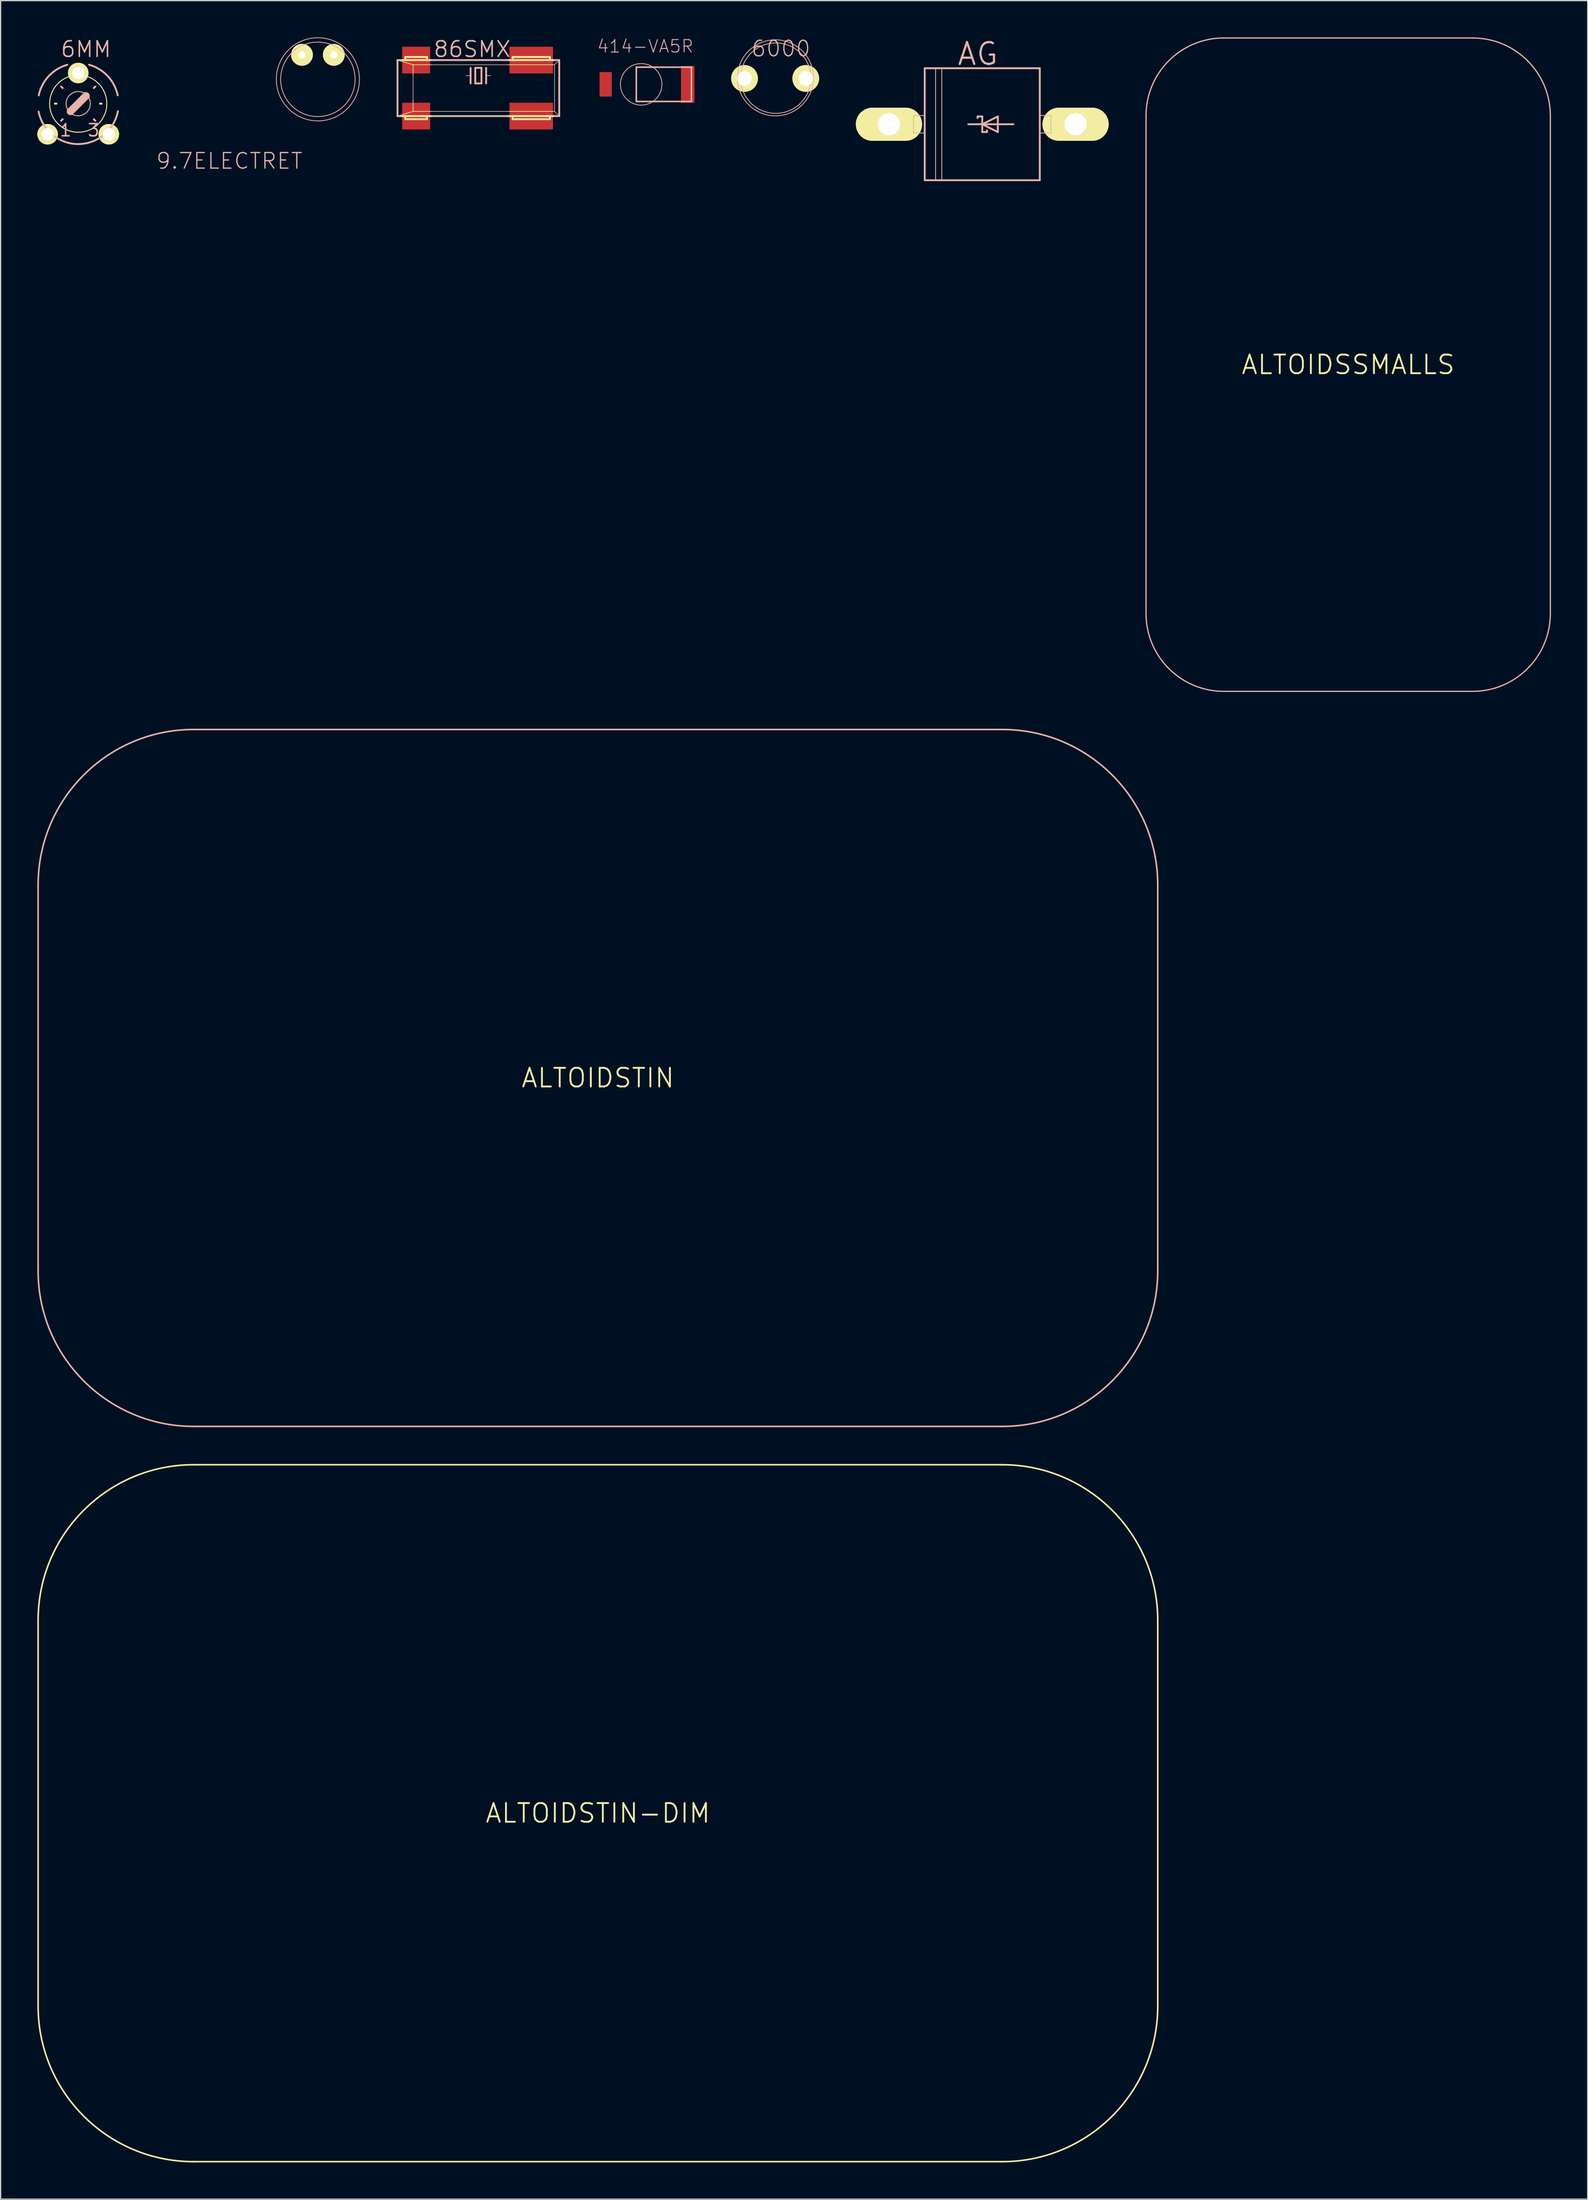
<source format=kicad_pcb>
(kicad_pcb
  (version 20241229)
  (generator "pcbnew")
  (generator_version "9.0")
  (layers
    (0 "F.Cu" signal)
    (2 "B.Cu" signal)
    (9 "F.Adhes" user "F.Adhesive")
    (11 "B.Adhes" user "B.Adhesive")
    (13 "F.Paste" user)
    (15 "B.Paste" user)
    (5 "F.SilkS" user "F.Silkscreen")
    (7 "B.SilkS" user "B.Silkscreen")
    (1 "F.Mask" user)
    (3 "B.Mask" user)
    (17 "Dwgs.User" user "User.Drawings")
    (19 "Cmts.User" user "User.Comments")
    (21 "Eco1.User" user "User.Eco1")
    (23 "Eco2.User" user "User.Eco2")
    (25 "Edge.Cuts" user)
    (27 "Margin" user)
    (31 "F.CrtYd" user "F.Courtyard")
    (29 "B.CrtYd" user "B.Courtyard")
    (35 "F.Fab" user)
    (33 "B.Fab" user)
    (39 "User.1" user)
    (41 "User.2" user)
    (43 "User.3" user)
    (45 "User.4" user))
  (footprint "6MM"
    (layer "F.Cu")
    (at 3.338 5.411)
    (property "Reference" "6MM" (at 0.635 -4.445 0) (layer "B.SilkS") (effects (font (size 1.27 1.27) (thickness 0.127))))
    (attr exclude_from_pos_files exclude_from_bom)
    (fp_line (start -1.905 0) (end -1.778 0) (stroke (width 0.152) (type solid)) (layer "F.SilkS"))
    (fp_line (start 0 -1.778) (end 0 -1.905) (stroke (width 0.152) (type solid)) (layer "F.SilkS"))
    (fp_line (start 1.778 0) (end 1.905 0) (stroke (width 0.152) (type solid)) (layer "F.SilkS"))
    (fp_circle (center 0 0) (end -1.651 1.651) (stroke (width 0.076) (type solid)) (fill no) (layer "F.SilkS"))
    (fp_line (start -1.27 -1.27) (end -1.397 -1.397) (stroke (width 0.152) (type solid)) (layer "B.SilkS"))
    (fp_line (start -1.27 1.27) (end -1.397 1.397) (stroke (width 0.152) (type solid)) (layer "B.SilkS"))
    (fp_line (start -0.635 0.635) (end 0.635 -0.635) (stroke (width 0.61) (type solid)) (layer "B.SilkS"))
    (fp_line (start 1.27 -1.27) (end 1.397 -1.397) (stroke (width 0.152) (type solid)) (layer "B.SilkS"))
    (fp_line (start 1.27 1.27) (end 1.397 1.397) (stroke (width 0.152) (type solid)) (layer "B.SilkS"))
    (fp_arc (start -3.2258 -0.67056) (mid -2.409906 -2.246728) (end -0.894715 -3.17095) (stroke (width 0.1524) (type solid)) (layer "B.SilkS"))
    (fp_arc (start 0 3.302) (mid -2.091423 2.555221) (end -3.236855 0.652665) (stroke (width 0.1524) (type solid)) (layer "B.SilkS"))
    (fp_arc (start 0.889 -3.175) (mid 2.407122 -2.253156) (end 3.226754 -0.677499) (stroke (width 0.1524) (type solid)) (layer "B.SilkS"))
    (fp_arc (start 3.24104 0.6223) (mid 2.102816 2.543573) (end 0.001793 3.300242) (stroke (width 0.1524) (type solid)) (layer "B.SilkS"))
    (fp_circle (center 0 0) (end -0.699 0.699) (stroke (width 0.076) (type solid)) (fill no) (layer "B.SilkS"))
    (fp_text user "3" (at 1.257 2.172 0) (layer "B.SilkS") (effects (font (size 0.991 0.991) (thickness 0.127))))
    (fp_text user "1" (at -1.029 2.172 0) (layer "B.SilkS") (effects (font (size 0.991 0.991) (thickness 0.127))))
    (pad "A" thru_hole circle (at -2.499 2.499) (size 1.676 1.676) (drill 0.998) (layers "*.Cu" "F.Mask" "F.SilkS" "F.Paste"))
    (pad "E" thru_hole circle (at 2.499 2.499) (size 1.676 1.676) (drill 0.998) (layers "*.Cu" "F.Mask" "F.SilkS" "F.Paste"))
    (pad "S" thru_hole circle (at 0 -2.499) (size 1.676 1.676) (drill 0.998) (layers "*.Cu" "F.Mask" "F.SilkS" "F.Paste")))
  (footprint "9.7ELECTRET"
    (layer "F.Cu")
    (at 22.911 3.426)
    (property "Reference" "9.7ELECTRET" (at -7.224 6.665 0) (layer "B.SilkS") (effects (font (size 1.27 1.27) (thickness 0.102))))
    (attr exclude_from_pos_files exclude_from_bom)
    (fp_circle (center 0 0) (end -2.4 2.4) (stroke (width 0.064) (type solid)) (fill no) (layer "B.SilkS"))
    (fp_circle (center 0 0) (end -2.149 2.149) (stroke (width 0.064) (type solid)) (fill no) (layer "B.SilkS"))
    (pad "+" thru_hole circle (at 1.298 -1.999) (size 1.778 1.778) (drill 0.599) (layers "*.Cu" "F.Mask" "F.SilkS" "F.Paste"))
    (pad "-" thru_hole circle (at -1.298 -1.999) (size 1.778 1.778) (drill 0.599) (layers "*.Cu" "F.Mask" "F.SilkS" "F.Paste")))
  (footprint "86SMX"
    (layer "F.Cu")
    (at 36.018 4.141)
    (property "Reference" "86SMX" (at -0.508 -3.175 0) (layer "B.SilkS") (effects (font (size 1.27 1.27) (thickness 0.127))))
    (attr smd)
    (fp_line (start -6.35 -2.286) (end -5.969 -2.286) (stroke (width 0.152) (type solid)) (layer "F.SilkS"))
    (fp_line (start -6.35 2.286) (end -5.969 2.286) (stroke (width 0.152) (type solid)) (layer "F.SilkS"))
    (fp_line (start -5.969 -2.54) (end -5.969 -2.286) (stroke (width 0.152) (type solid)) (layer "F.SilkS"))
    (fp_line (start -5.969 -2.54) (end -4.191 -2.54) (stroke (width 0.152) (type solid)) (layer "F.SilkS"))
    (fp_line (start -5.969 -2.286) (end -4.191 -2.286) (stroke (width 0.152) (type solid)) (layer "F.SilkS"))
    (fp_line (start -5.969 2.286) (end -4.191 2.286) (stroke (width 0.152) (type solid)) (layer "F.SilkS"))
    (fp_line (start -5.969 2.54) (end -5.969 2.286) (stroke (width 0.152) (type solid)) (layer "F.SilkS"))
    (fp_line (start -5.969 2.54) (end -4.191 2.54) (stroke (width 0.152) (type solid)) (layer "F.SilkS"))
    (fp_line (start -5.334 -1.905) (end -6.35 -2.207) (stroke (width 0.051) (type solid)) (layer "F.SilkS"))
    (fp_line (start -5.334 -1.905) (end -5.334 -1.016) (stroke (width 0.051) (type solid)) (layer "F.SilkS"))
    (fp_line (start -5.334 -1.905) (end -3.81 -1.905) (stroke (width 0.051) (type solid)) (layer "F.SilkS"))
    (fp_line (start -5.334 1.016) (end -5.334 1.905) (stroke (width 0.051) (type solid)) (layer "F.SilkS"))
    (fp_line (start -5.334 1.905) (end -6.35 2.207) (stroke (width 0.051) (type solid)) (layer "F.SilkS"))
    (fp_line (start -5.334 1.905) (end -3.81 1.905) (stroke (width 0.051) (type solid)) (layer "F.SilkS"))
    (fp_line (start -4.191 -2.54) (end -4.191 -2.286) (stroke (width 0.152) (type solid)) (layer "F.SilkS"))
    (fp_line (start -4.191 -2.286) (end -3.81 -2.286) (stroke (width 0.152) (type solid)) (layer "F.SilkS"))
    (fp_line (start -4.191 2.286) (end -3.81 2.286) (stroke (width 0.152) (type solid)) (layer "F.SilkS"))
    (fp_line (start -4.191 2.54) (end -4.191 2.286) (stroke (width 0.152) (type solid)) (layer "F.SilkS"))
    (fp_line (start 2.413 -2.286) (end 6.223 -2.286) (stroke (width 0.152) (type solid)) (layer "F.SilkS"))
    (fp_line (start 2.413 -1.905) (end 6.223 -1.905) (stroke (width 0.051) (type solid)) (layer "F.SilkS"))
    (fp_line (start 2.413 1.905) (end 6.223 1.905) (stroke (width 0.051) (type solid)) (layer "F.SilkS"))
    (fp_line (start 2.413 2.286) (end 6.223 2.286) (stroke (width 0.152) (type solid)) (layer "F.SilkS"))
    (fp_line (start 2.794 -2.54) (end 5.842 -2.54) (stroke (width 0.152) (type solid)) (layer "F.SilkS"))
    (fp_line (start 2.794 -2.286) (end 2.794 -2.54) (stroke (width 0.152) (type solid)) (layer "F.SilkS"))
    (fp_line (start 2.794 2.286) (end 2.794 2.54) (stroke (width 0.152) (type solid)) (layer "F.SilkS"))
    (fp_line (start 2.794 2.54) (end 5.842 2.54) (stroke (width 0.152) (type solid)) (layer "F.SilkS"))
    (fp_line (start 5.842 -2.54) (end 5.842 -2.286) (stroke (width 0.152) (type solid)) (layer "F.SilkS"))
    (fp_line (start 5.842 2.54) (end 5.842 2.286) (stroke (width 0.152) (type solid)) (layer "F.SilkS"))
    (fp_line (start -6.604 -2.286) (end -6.35 -2.286) (stroke (width 0.152) (type solid)) (layer "B.SilkS"))
    (fp_line (start -6.604 2.286) (end -6.604 -2.286) (stroke (width 0.152) (type solid)) (layer "B.SilkS"))
    (fp_line (start -6.604 2.286) (end -6.35 2.286) (stroke (width 0.152) (type solid)) (layer "B.SilkS"))
    (fp_line (start -6.35 -2.207) (end -6.604 -2.286) (stroke (width 0.051) (type solid)) (layer "B.SilkS"))
    (fp_line (start -6.35 2.207) (end -6.604 2.286) (stroke (width 0.051) (type solid)) (layer "B.SilkS"))
    (fp_line (start -5.334 -1.016) (end -5.334 1.016) (stroke (width 0.051) (type solid)) (layer "B.SilkS"))
    (fp_line (start -3.81 -2.286) (end 2.413 -2.286) (stroke (width 0.152) (type solid)) (layer "B.SilkS"))
    (fp_line (start -3.81 -1.905) (end 2.413 -1.905) (stroke (width 0.051) (type solid)) (layer "B.SilkS"))
    (fp_line (start -3.81 1.905) (end 2.413 1.905) (stroke (width 0.051) (type solid)) (layer "B.SilkS"))
    (fp_line (start -3.81 2.286) (end 2.413 2.286) (stroke (width 0.152) (type solid)) (layer "B.SilkS"))
    (fp_line (start -0.635 -1.651) (end -0.635 -1.016) (stroke (width 0.152) (type solid)) (layer "B.SilkS"))
    (fp_line (start -0.635 -1.016) (end -1.016 -1.016) (stroke (width 0.051) (type solid)) (layer "B.SilkS"))
    (fp_line (start -0.635 -1.016) (end -0.635 -0.381) (stroke (width 0.152) (type solid)) (layer "B.SilkS"))
    (fp_line (start -0.254 -1.651) (end -0.254 -0.381) (stroke (width 0.152) (type solid)) (layer "B.SilkS"))
    (fp_line (start -0.254 -0.381) (end 0.254 -0.381) (stroke (width 0.152) (type solid)) (layer "B.SilkS"))
    (fp_line (start 0.254 -1.651) (end -0.254 -1.651) (stroke (width 0.152) (type solid)) (layer "B.SilkS"))
    (fp_line (start 0.254 -0.381) (end 0.254 -1.651) (stroke (width 0.152) (type solid)) (layer "B.SilkS"))
    (fp_line (start 0.635 -1.651) (end 0.635 -1.016) (stroke (width 0.152) (type solid)) (layer "B.SilkS"))
    (fp_line (start 0.635 -1.016) (end 0.635 -0.381) (stroke (width 0.152) (type solid)) (layer "B.SilkS"))
    (fp_line (start 0.635 -1.016) (end 1.016 -1.016) (stroke (width 0.051) (type solid)) (layer "B.SilkS"))
    (fp_line (start 6.223 -2.286) (end 6.604 -2.286) (stroke (width 0.152) (type solid)) (layer "B.SilkS"))
    (fp_line (start 6.223 -1.905) (end 6.604 -2.286) (stroke (width 0.051) (type solid)) (layer "B.SilkS"))
    (fp_line (start 6.223 1.905) (end 6.223 -1.905) (stroke (width 0.051) (type solid)) (layer "B.SilkS"))
    (fp_line (start 6.223 1.905) (end 6.604 2.286) (stroke (width 0.051) (type solid)) (layer "B.SilkS"))
    (fp_line (start 6.223 2.286) (end 6.604 2.286) (stroke (width 0.152) (type solid)) (layer "B.SilkS"))
    (fp_line (start 6.604 -2.286) (end 6.604 2.286) (stroke (width 0.152) (type solid)) (layer "B.SilkS"))
    (pad "1" smd rect (at -5.08 2.286) (size 2.286 2.182) (layers "F.Cu" "F.Mask" "F.Paste"))
    (pad "2" smd rect (at 4.318 2.286) (size 3.556 2.182) (layers "F.Cu" "F.Mask" "F.Paste"))
    (pad "3" smd rect (at 4.318 -2.286) (size 3.556 2.182) (layers "F.Cu" "F.Mask" "F.Paste"))
    (pad "4" smd rect (at -5.08 -2.286) (size 2.286 2.182) (layers "F.Cu" "F.Mask" "F.Paste")))
  (footprint "ALTOIDSSMALLS"
    (layer "F.Cu")
    (at 107.057 26.72)
    (property "Reference" "ALTOIDSSMALLS" (at 0 0 0) (layer "F.SilkS") (effects (font (size 1.524 1.524) (thickness 0.15))))
    (attr exclude_from_pos_files exclude_from_bom)
    (fp_line (start -16.51 20.32) (end -16.51 -20.32) (stroke (width 0.1) (type solid)) (layer "B.SilkS"))
    (fp_line (start -10.16 -26.67) (end 10.16 -26.67) (stroke (width 0.1) (type solid)) (layer "B.SilkS"))
    (fp_line (start 10.16 26.67) (end -10.16 26.67) (stroke (width 0.1) (type solid)) (layer "B.SilkS"))
    (fp_line (start 16.51 -20.32) (end 16.51 20.32) (stroke (width 0.1) (type solid)) (layer "B.SilkS"))
    (fp_arc (start -16.51 -20.32) (mid -14.650128 -24.810128) (end -10.16 -26.67) (stroke (width 0.1) (type solid)) (layer "B.SilkS"))
    (fp_arc (start -10.16 26.67) (mid -14.650128 24.810128) (end -16.51 20.32) (stroke (width 0.1) (type solid)) (layer "B.SilkS"))
    (fp_arc (start 10.16 -26.67) (mid 14.650128 -24.810128) (end 16.51 -20.32) (stroke (width 0.1) (type solid)) (layer "B.SilkS"))
    (fp_arc (start 16.51 20.32) (mid 14.650128 24.810128) (end 10.16 26.67) (stroke (width 0.1) (type solid)) (layer "B.SilkS")))
  (footprint "AG"
    (layer "F.Cu")
    (at 77.171 7.093)
    (property "Reference" "AG" (at -0.356 -5.74 0) (layer "B.SilkS") (effects (font (size 1.778 1.778) (thickness 0.178))))
    (attr exclude_from_pos_files exclude_from_bom)
    (fp_line (start -7.62 0) (end -5.842 0) (stroke (width 1.473) (type solid)) (layer "F.SilkS"))
    (fp_line (start 7.62 0) (end 5.842 0) (stroke (width 1.473) (type solid)) (layer "F.SilkS"))
    (fp_line (start -5.613 -0.711) (end -4.699 -0.711) (stroke (width 0.066) (type solid)) (layer "B.SilkS"))
    (fp_line (start -5.613 0.711) (end -5.613 -0.711) (stroke (width 0.066) (type solid)) (layer "B.SilkS"))
    (fp_line (start -5.613 0.711) (end -4.699 0.711) (stroke (width 0.066) (type solid)) (layer "B.SilkS"))
    (fp_line (start -4.699 -4.572) (end 4.699 -4.572) (stroke (width 0.152) (type solid)) (layer "B.SilkS"))
    (fp_line (start -4.699 0.711) (end -4.699 -0.711) (stroke (width 0.066) (type solid)) (layer "B.SilkS"))
    (fp_line (start -4.699 4.572) (end -4.699 -4.572) (stroke (width 0.152) (type solid)) (layer "B.SilkS"))
    (fp_line (start -3.81 -4.572) (end -3.302 -4.572) (stroke (width 0.066) (type solid)) (layer "B.SilkS"))
    (fp_line (start -3.81 4.572) (end -3.81 -4.572) (stroke (width 0.066) (type solid)) (layer "B.SilkS"))
    (fp_line (start -3.81 4.572) (end -3.302 4.572) (stroke (width 0.066) (type solid)) (layer "B.SilkS"))
    (fp_line (start -3.302 4.572) (end -3.302 -4.572) (stroke (width 0.066) (type solid)) (layer "B.SilkS"))
    (fp_line (start -1.143 0) (end 0 0) (stroke (width 0.152) (type solid)) (layer "B.SilkS"))
    (fp_line (start -0.381 -0.635) (end 0 -0.635) (stroke (width 0.152) (type solid)) (layer "B.SilkS"))
    (fp_line (start -0.381 -0.508) (end -0.381 -0.635) (stroke (width 0.152) (type solid)) (layer "B.SilkS"))
    (fp_line (start 0 -0.635) (end 0 0) (stroke (width 0.152) (type solid)) (layer "B.SilkS"))
    (fp_line (start 0 0) (end 1.27 -0.635) (stroke (width 0.152) (type solid)) (layer "B.SilkS"))
    (fp_line (start 0 0) (end 2.54 0) (stroke (width 0.152) (type solid)) (layer "B.SilkS"))
    (fp_line (start 0 0.635) (end 0 0) (stroke (width 0.152) (type solid)) (layer "B.SilkS"))
    (fp_line (start 0.381 0.508) (end 0.381 0.635) (stroke (width 0.152) (type solid)) (layer "B.SilkS"))
    (fp_line (start 0.381 0.635) (end 0 0.635) (stroke (width 0.152) (type solid)) (layer "B.SilkS"))
    (fp_line (start 1.27 -0.635) (end 1.27 0.635) (stroke (width 0.152) (type solid)) (layer "B.SilkS"))
    (fp_line (start 1.27 0.635) (end 0 0) (stroke (width 0.152) (type solid)) (layer "B.SilkS"))
    (fp_line (start 4.699 -4.572) (end 4.699 4.572) (stroke (width 0.152) (type solid)) (layer "B.SilkS"))
    (fp_line (start 4.699 -0.711) (end 5.613 -0.711) (stroke (width 0.066) (type solid)) (layer "B.SilkS"))
    (fp_line (start 4.699 0.711) (end 4.699 -0.711) (stroke (width 0.066) (type solid)) (layer "B.SilkS"))
    (fp_line (start 4.699 0.711) (end 5.613 0.711) (stroke (width 0.066) (type solid)) (layer "B.SilkS"))
    (fp_line (start 4.699 4.572) (end -4.699 4.572) (stroke (width 0.152) (type solid)) (layer "B.SilkS"))
    (fp_line (start 5.613 0.711) (end 5.613 -0.711) (stroke (width 0.066) (type solid)) (layer "B.SilkS"))
    (pad "A" thru_hole oval (at 7.62 0 90) (size 2.705 5.41) (drill 1.801) (layers "*.Cu" "F.Mask" "F.SilkS" "F.Paste"))
    (pad "C" thru_hole oval (at -7.62 0 90) (size 2.705 5.41) (drill 1.801) (layers "*.Cu" "F.Mask" "F.SilkS" "F.Paste")))
  (footprint "ALTOIDSTIN-DIM"
    (layer "F.Cu")
    (at 45.783 144.975)
    (property "Reference" "ALTOIDSTIN-DIM" (at 0 0 0) (layer "F.SilkS") (effects (font (size 1.524 1.524) (thickness 0.15))))
    (attr exclude_from_pos_files exclude_from_bom)
    (fp_line (start -45.72 -15.748) (end -45.72 15.748) (stroke (width 0.127) (type solid)) (layer "F.SilkS"))
    (fp_line (start -33.02 28.448) (end 33.02 28.448) (stroke (width 0.127) (type solid)) (layer "F.SilkS"))
    (fp_line (start 33.02 -28.448) (end -33.02 -28.448) (stroke (width 0.127) (type solid)) (layer "F.SilkS"))
    (fp_line (start 45.72 15.748) (end 45.72 -15.748) (stroke (width 0.127) (type solid)) (layer "F.SilkS"))
    (fp_arc (start -45.72 -15.748) (mid -42.000256 -24.728256) (end -33.02 -28.448) (stroke (width 0.127) (type solid)) (layer "F.SilkS"))
    (fp_arc (start -33.02 28.448) (mid -42.000256 24.728256) (end -45.72 15.748) (stroke (width 0.127) (type solid)) (layer "F.SilkS"))
    (fp_arc (start 33.02 -28.448) (mid 42.000256 -24.728256) (end 45.72 -15.748) (stroke (width 0.127) (type solid)) (layer "F.SilkS"))
    (fp_arc (start 45.72 15.748) (mid 42.000256 24.728256) (end 33.02 28.448) (stroke (width 0.127) (type solid)) (layer "F.SilkS")))
  (footprint "ALTOIDSTIN"
    (layer "F.Cu")
    (at 45.783 84.951)
    (property "Reference" "ALTOIDSTIN" (at 0 0 0) (layer "F.SilkS") (effects (font (size 1.524 1.524) (thickness 0.15))))
    (attr exclude_from_pos_files exclude_from_bom)
    (fp_line (start -45.72 -15.748) (end -45.72 15.748) (stroke (width 0.127) (type solid)) (layer "B.SilkS"))
    (fp_line (start -33.02 28.448) (end 33.02 28.448) (stroke (width 0.127) (type solid)) (layer "B.SilkS"))
    (fp_line (start 33.02 -28.448) (end -33.02 -28.448) (stroke (width 0.127) (type solid)) (layer "B.SilkS"))
    (fp_line (start 45.72 15.748) (end 45.72 -15.748) (stroke (width 0.127) (type solid)) (layer "B.SilkS"))
    (fp_arc (start -45.72 -15.748) (mid -42.000256 -24.728256) (end -33.02 -28.448) (stroke (width 0.127) (type solid)) (layer "B.SilkS"))
    (fp_arc (start -33.02 28.448) (mid -42.000256 24.728256) (end -45.72 15.748) (stroke (width 0.127) (type solid)) (layer "B.SilkS"))
    (fp_arc (start 33.02 -28.448) (mid 42.000256 -24.728256) (end 45.72 -15.748) (stroke (width 0.127) (type solid)) (layer "B.SilkS"))
    (fp_arc (start 45.72 15.748) (mid 42.000256 24.728256) (end 33.02 28.448) (stroke (width 0.127) (type solid)) (layer "B.SilkS")))
  (footprint "414-VA5R"
    (layer "F.Cu")
    (at 49.316 3.835)
    (property "Reference" "414-VA5R" (at 0.338 -3.106 0) (layer "B.SilkS") (effects (font (size 1.016 1.016) (thickness 0.076))))
    (attr smd)
    (fp_line (start -0.399 -1.4) (end 4.1 -1.4) (stroke (width 0.127) (type solid)) (layer "B.SilkS"))
    (fp_line (start -0.399 1.4) (end -0.399 -1.4) (stroke (width 0.127) (type solid)) (layer "B.SilkS"))
    (fp_line (start 4.1 -1.4) (end 4.1 1.4) (stroke (width 0.127) (type solid)) (layer "B.SilkS"))
    (fp_line (start 4.1 1.4) (end -0.399 1.4) (stroke (width 0.127) (type solid)) (layer "B.SilkS"))
    (fp_circle (center 0 0) (end -1.199 1.199) (stroke (width 0.064) (type solid)) (fill no) (layer "B.SilkS"))
    (pad "+" smd rect (at -2.898 0 90) (size 1.999 0.998) (layers "F.Cu" "F.Mask" "F.Paste"))
    (pad "-" smd rect (at 3.8 0 90) (size 3 1.1) (layers "F.Cu" "F.Mask" "F.Paste")))
  (footprint "6000"
    (layer "F.Cu")
    (at 60.256 3.355)
    (property "Reference" "6000" (at 0.475 -2.433 0) (layer "B.SilkS") (effects (font (size 1.27 1.27) (thickness 0.102))))
    (attr exclude_from_pos_files exclude_from_bom)
    (fp_circle (center 0.025 -0.051) (end 2.22 -2.245) (stroke (width 0.064) (type solid)) (fill no) (layer "B.SilkS"))
    (fp_circle (center 0.051 -0.025) (end 2.083 -2.057) (stroke (width 0.064) (type solid)) (fill no) (layer "B.SilkS"))
    (pad "1" thru_hole circle (at -2.499 0) (size 2.182 2.182) (drill 1.199) (layers "*.Cu" "F.Mask" "F.SilkS" "F.Paste"))
    (pad "2" thru_hole circle (at 2.499 0) (size 2.182 2.182) (drill 1.199) (layers "*.Cu" "F.Mask" "F.SilkS" "F.Paste")))
  (gr_rect
    (start -3 -3)
    (end 126.617 176.486)
    (stroke (width 0.1) (type default))
    (fill no)
    (layer "Edge.Cuts")))
</source>
